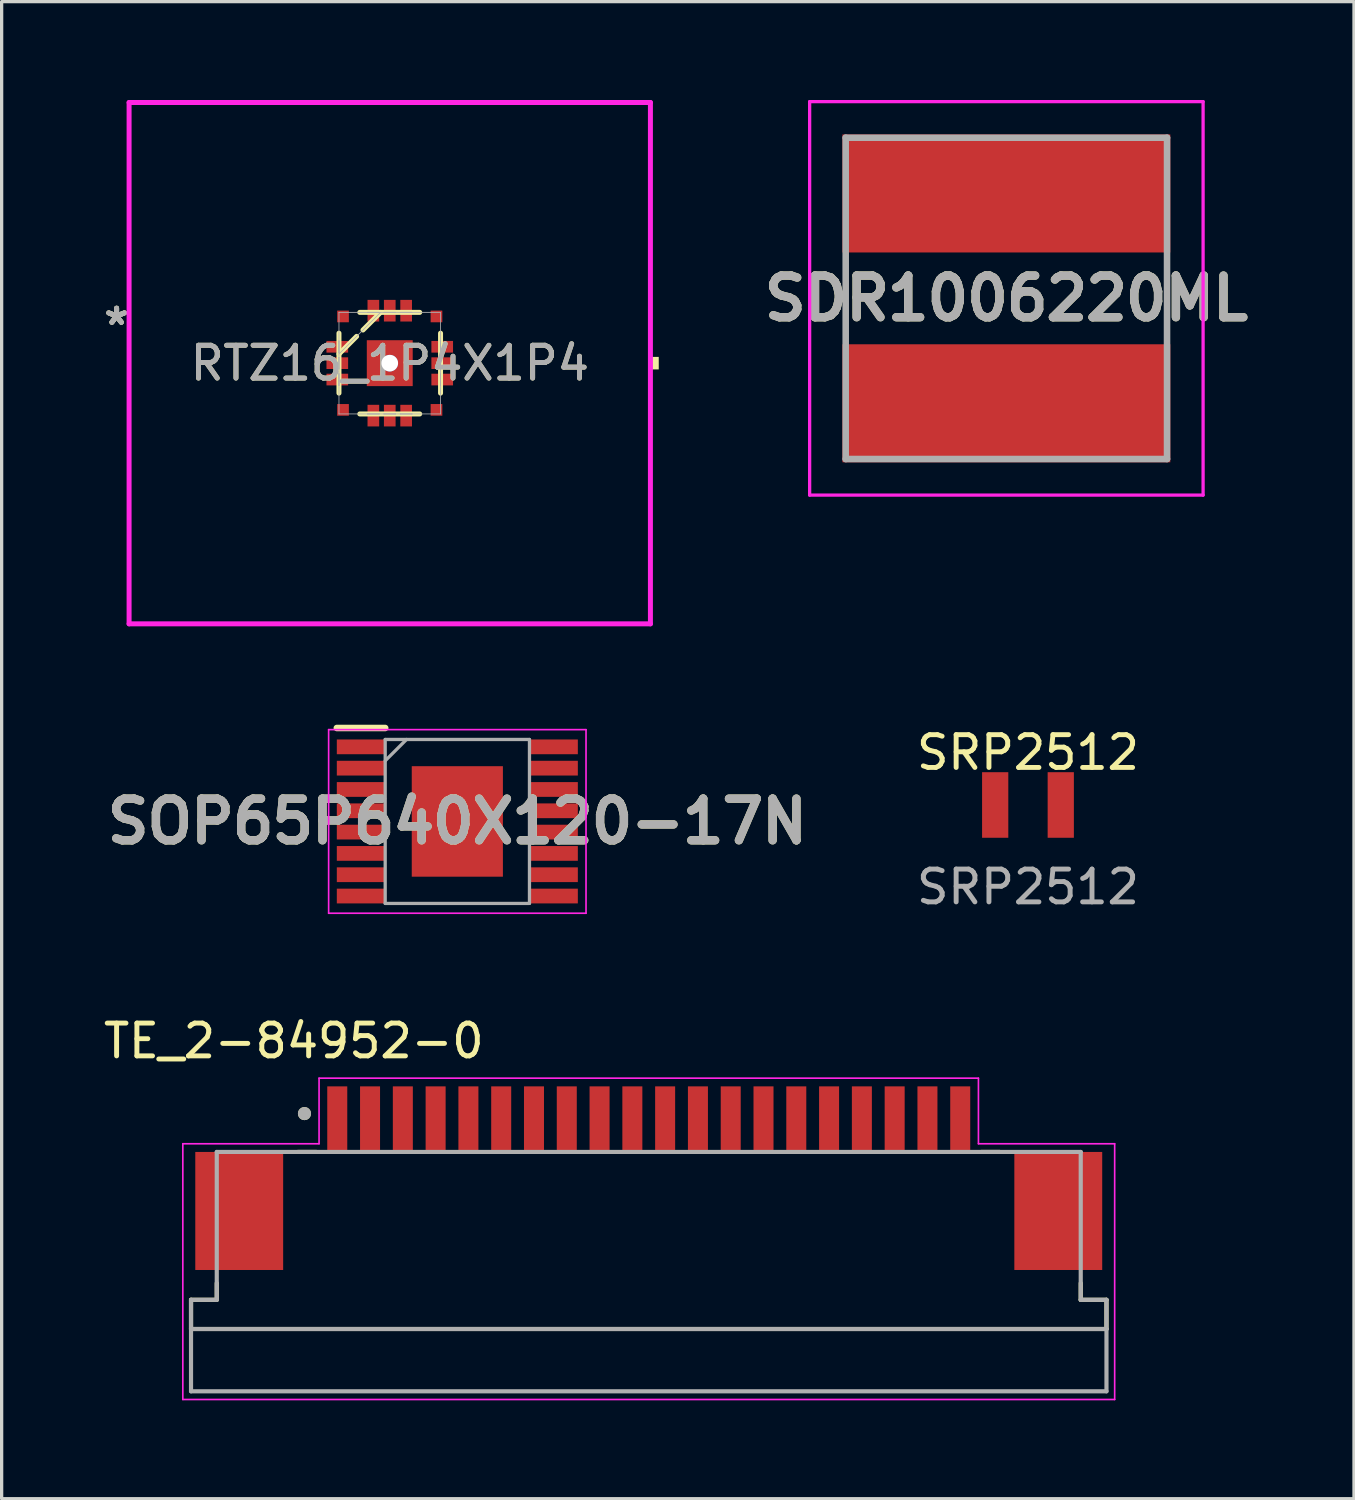
<source format=kicad_pcb>
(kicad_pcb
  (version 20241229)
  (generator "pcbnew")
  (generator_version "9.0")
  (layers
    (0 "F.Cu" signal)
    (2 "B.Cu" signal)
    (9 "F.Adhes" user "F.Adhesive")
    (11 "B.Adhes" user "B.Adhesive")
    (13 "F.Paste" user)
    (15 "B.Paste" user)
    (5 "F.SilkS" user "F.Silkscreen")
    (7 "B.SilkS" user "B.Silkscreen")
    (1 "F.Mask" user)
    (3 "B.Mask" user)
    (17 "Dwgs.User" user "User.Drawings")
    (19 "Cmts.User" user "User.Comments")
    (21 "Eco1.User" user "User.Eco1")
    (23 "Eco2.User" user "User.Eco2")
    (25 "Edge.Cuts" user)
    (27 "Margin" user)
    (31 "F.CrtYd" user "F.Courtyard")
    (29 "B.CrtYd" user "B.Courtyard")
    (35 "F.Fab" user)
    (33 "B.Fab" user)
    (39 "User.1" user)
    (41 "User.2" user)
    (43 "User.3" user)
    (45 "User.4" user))
  (footprint "RTZ16_1P4X1P4"
    (layer "F.Cu")
    (at 8.837 8.026)
    (property "Reference" "RTZ16_1P4X1P4" (at 0 0 0) (unlocked yes) (layer "F.SilkS") (effects (font (size 1 1) (thickness 0.15))))
    (attr smd)
    (fp_poly (pts (xy -0.763 -0.763) (xy -0.2 -0.763) (xy -0.2 0.763) (xy -0.763 0.763)) (stroke (width 0) (type solid)) (fill yes) (layer "F.Mask"))
    (fp_poly (pts (xy -0.763 -0.763) (xy 0.763 -0.763) (xy 0.763 -0.2) (xy -0.763 -0.2)) (stroke (width 0) (type solid)) (fill yes) (layer "F.Mask"))
    (fp_poly (pts (xy -0.763 0.2) (xy 0.763 0.2) (xy 0.763 0.763) (xy -0.763 0.763)) (stroke (width 0) (type solid)) (fill yes) (layer "F.Mask"))
    (fp_poly (pts (xy 0.2 -0.763) (xy 0.763 -0.763) (xy 0.763 0.763) (xy 0.2 0.763)) (stroke (width 0) (type solid)) (fill yes) (layer "F.Mask"))
    (fp_line (start -1.549 -0.914) (end -1.549 0.914) (stroke (width 0.152) (type solid)) (layer "F.SilkS"))
    (fp_line (start -1.549 -0.279) (end -1.011 -0.817) (stroke (width 0.152) (type solid)) (layer "F.SilkS"))
    (fp_line (start -0.914 1.549) (end 0.914 1.549) (stroke (width 0.152) (type solid)) (layer "F.SilkS"))
    (fp_line (start -0.817 -1.011) (end -0.279 -1.549) (stroke (width 0.152) (type solid)) (layer "F.SilkS"))
    (fp_line (start 0.914 -1.549) (end -0.914 -1.549) (stroke (width 0.152) (type solid)) (layer "F.SilkS"))
    (fp_line (start 1.549 0.914) (end 1.549 -0.914) (stroke (width 0.152) (type solid)) (layer "F.SilkS"))
    (fp_poly (pts (xy 8.204 -0.191) (xy 8.204 0.191) (xy 7.95 0.191) (xy 7.95 -0.191)) (stroke (width 0) (type solid)) (fill yes) (layer "F.SilkS"))
    (fp_poly (pts (xy -0.625 -0.625) (xy -0.625 -0.1) (xy -0.241 -0.1) (xy -0.1 -0.241) (xy -0.1 -0.625)) (stroke (width 0) (type solid)) (fill yes) (layer "F.Paste"))
    (fp_poly (pts (xy -0.625 0.1) (xy -0.625 0.625) (xy -0.1 0.625) (xy -0.1 0.241) (xy -0.241 0.1)) (stroke (width 0) (type solid)) (fill yes) (layer "F.Paste"))
    (fp_poly (pts (xy 0.1 -0.625) (xy 0.1 -0.241) (xy 0.241 -0.1) (xy 0.625 -0.1) (xy 0.625 -0.625)) (stroke (width 0) (type solid)) (fill yes) (layer "F.Paste"))
    (fp_poly (pts (xy 0.241 0.1) (xy 0.1 0.241) (xy 0.1 0.625) (xy 0.625 0.625) (xy 0.625 0.1)) (stroke (width 0) (type solid)) (fill yes) (layer "F.Paste"))
    (fp_line (start -7.95 -7.95) (end 7.95 -7.95) (stroke (width 0.152) (type solid)) (layer "F.CrtYd"))
    (fp_line (start -7.95 7.95) (end -7.95 -7.95) (stroke (width 0.152) (type solid)) (layer "F.CrtYd"))
    (fp_line (start 7.95 -7.95) (end 7.95 7.95) (stroke (width 0.152) (type solid)) (layer "F.CrtYd"))
    (fp_line (start 7.95 7.95) (end -7.95 7.95) (stroke (width 0.152) (type solid)) (layer "F.CrtYd"))
    (fp_line (start -1.549 -1.549) (end -1.549 1.549) (stroke (width 0.025) (type solid)) (layer "F.Fab"))
    (fp_line (start -1.549 -0.678) (end -1.549 -0.678) (stroke (width 0.025) (type solid)) (layer "F.Fab"))
    (fp_line (start -1.549 -0.678) (end -1.549 -0.322) (stroke (width 0.025) (type solid)) (layer "F.Fab"))
    (fp_line (start -1.549 -0.322) (end -1.549 -0.678) (stroke (width 0.025) (type solid)) (layer "F.Fab"))
    (fp_line (start -1.549 -0.322) (end -1.549 -0.322) (stroke (width 0.025) (type solid)) (layer "F.Fab"))
    (fp_line (start -1.549 -0.279) (end -0.279 -1.549) (stroke (width 0.025) (type solid)) (layer "F.Fab"))
    (fp_line (start -1.549 -0.178) (end -1.549 -0.178) (stroke (width 0.025) (type solid)) (layer "F.Fab"))
    (fp_line (start -1.549 -0.178) (end -1.549 0.178) (stroke (width 0.025) (type solid)) (layer "F.Fab"))
    (fp_line (start -1.549 0.178) (end -1.549 -0.178) (stroke (width 0.025) (type solid)) (layer "F.Fab"))
    (fp_line (start -1.549 0.178) (end -1.549 0.178) (stroke (width 0.025) (type solid)) (layer "F.Fab"))
    (fp_line (start -1.549 0.322) (end -1.549 0.322) (stroke (width 0.025) (type solid)) (layer "F.Fab"))
    (fp_line (start -1.549 0.322) (end -1.549 0.678) (stroke (width 0.025) (type solid)) (layer "F.Fab"))
    (fp_line (start -1.549 0.678) (end -1.549 0.322) (stroke (width 0.025) (type solid)) (layer "F.Fab"))
    (fp_line (start -1.549 0.678) (end -1.549 0.678) (stroke (width 0.025) (type solid)) (layer "F.Fab"))
    (fp_line (start -1.549 1.549) (end 1.549 1.549) (stroke (width 0.025) (type solid)) (layer "F.Fab"))
    (fp_line (start -0.678 -1.549) (end -0.678 -1.549) (stroke (width 0.025) (type solid)) (layer "F.Fab"))
    (fp_line (start -0.678 -1.549) (end -0.322 -1.549) (stroke (width 0.025) (type solid)) (layer "F.Fab"))
    (fp_line (start -0.678 1.549) (end -0.678 1.549) (stroke (width 0.025) (type solid)) (layer "F.Fab"))
    (fp_line (start -0.678 1.549) (end -0.322 1.549) (stroke (width 0.025) (type solid)) (layer "F.Fab"))
    (fp_line (start -0.322 -1.549) (end -0.678 -1.549) (stroke (width 0.025) (type solid)) (layer "F.Fab"))
    (fp_line (start -0.322 -1.549) (end -0.322 -1.549) (stroke (width 0.025) (type solid)) (layer "F.Fab"))
    (fp_line (start -0.322 1.549) (end -0.678 1.549) (stroke (width 0.025) (type solid)) (layer "F.Fab"))
    (fp_line (start -0.322 1.549) (end -0.322 1.549) (stroke (width 0.025) (type solid)) (layer "F.Fab"))
    (fp_line (start -0.178 -1.549) (end -0.178 -1.549) (stroke (width 0.025) (type solid)) (layer "F.Fab"))
    (fp_line (start -0.178 -1.549) (end 0.178 -1.549) (stroke (width 0.025) (type solid)) (layer "F.Fab"))
    (fp_line (start -0.178 1.549) (end -0.178 1.549) (stroke (width 0.025) (type solid)) (layer "F.Fab"))
    (fp_line (start -0.178 1.549) (end 0.178 1.549) (stroke (width 0.025) (type solid)) (layer "F.Fab"))
    (fp_line (start 0.178 -1.549) (end -0.178 -1.549) (stroke (width 0.025) (type solid)) (layer "F.Fab"))
    (fp_line (start 0.178 -1.549) (end 0.178 -1.549) (stroke (width 0.025) (type solid)) (layer "F.Fab"))
    (fp_line (start 0.178 1.549) (end -0.178 1.549) (stroke (width 0.025) (type solid)) (layer "F.Fab"))
    (fp_line (start 0.178 1.549) (end 0.178 1.549) (stroke (width 0.025) (type solid)) (layer "F.Fab"))
    (fp_line (start 0.322 -1.549) (end 0.322 -1.549) (stroke (width 0.025) (type solid)) (layer "F.Fab"))
    (fp_line (start 0.322 -1.549) (end 0.678 -1.549) (stroke (width 0.025) (type solid)) (layer "F.Fab"))
    (fp_line (start 0.322 1.549) (end 0.322 1.549) (stroke (width 0.025) (type solid)) (layer "F.Fab"))
    (fp_line (start 0.322 1.549) (end 0.678 1.549) (stroke (width 0.025) (type solid)) (layer "F.Fab"))
    (fp_line (start 0.678 -1.549) (end 0.322 -1.549) (stroke (width 0.025) (type solid)) (layer "F.Fab"))
    (fp_line (start 0.678 -1.549) (end 0.678 -1.549) (stroke (width 0.025) (type solid)) (layer "F.Fab"))
    (fp_line (start 0.678 1.549) (end 0.322 1.549) (stroke (width 0.025) (type solid)) (layer "F.Fab"))
    (fp_line (start 0.678 1.549) (end 0.678 1.549) (stroke (width 0.025) (type solid)) (layer "F.Fab"))
    (fp_line (start 1.549 -1.549) (end -1.549 -1.549) (stroke (width 0.025) (type solid)) (layer "F.Fab"))
    (fp_line (start 1.549 -0.678) (end 1.549 -0.678) (stroke (width 0.025) (type solid)) (layer "F.Fab"))
    (fp_line (start 1.549 -0.678) (end 1.549 -0.322) (stroke (width 0.025) (type solid)) (layer "F.Fab"))
    (fp_line (start 1.549 -0.322) (end 1.549 -0.678) (stroke (width 0.025) (type solid)) (layer "F.Fab"))
    (fp_line (start 1.549 -0.322) (end 1.549 -0.322) (stroke (width 0.025) (type solid)) (layer "F.Fab"))
    (fp_line (start 1.549 -0.178) (end 1.549 -0.178) (stroke (width 0.025) (type solid)) (layer "F.Fab"))
    (fp_line (start 1.549 -0.178) (end 1.549 0.178) (stroke (width 0.025) (type solid)) (layer "F.Fab"))
    (fp_line (start 1.549 0.178) (end 1.549 -0.178) (stroke (width 0.025) (type solid)) (layer "F.Fab"))
    (fp_line (start 1.549 0.178) (end 1.549 0.178) (stroke (width 0.025) (type solid)) (layer "F.Fab"))
    (fp_line (start 1.549 0.322) (end 1.549 0.322) (stroke (width 0.025) (type solid)) (layer "F.Fab"))
    (fp_line (start 1.549 0.322) (end 1.549 0.678) (stroke (width 0.025) (type solid)) (layer "F.Fab"))
    (fp_line (start 1.549 0.678) (end 1.549 0.322) (stroke (width 0.025) (type solid)) (layer "F.Fab"))
    (fp_line (start 1.549 0.678) (end 1.549 0.678) (stroke (width 0.025) (type solid)) (layer "F.Fab"))
    (fp_line (start 1.549 1.549) (end 1.549 -1.549) (stroke (width 0.025) (type solid)) (layer "F.Fab"))
    (fp_text user "*" (at -8.331 -1.131 0) (unlocked yes) (layer "F.SilkS") (effects (font (size 1 1) (thickness 0.15))))
    (fp_text user "*" (at -8.331 -1.131 0) (layer "F.SilkS") (effects (font (size 1 1) (thickness 0.15))))
    (fp_text user "*" (at -8.331 -1.131 0) (layer "F.Fab") (effects (font (size 1 1) (thickness 0.15))))
    (fp_text user "*" (at -8.331 -1.131 0) (unlocked yes) (layer "F.Fab") (effects (font (size 1 1) (thickness 0.15))))
    (fp_text user "${REFERENCE}" (at 0 0 0) (unlocked yes) (layer "F.Fab") (effects (font (size 1 1) (thickness 0.15))))
    (pad "1" smd rect (at -1.425 -1.425) (size 0.356 0.356) (layers "F.Cu" "F.Mask" "F.Paste"))
    (pad "2" smd rect (at -1.6 -0.5 90) (size 0.356 0.66) (layers "F.Cu" "F.Mask" "F.Paste"))
    (pad "3" smd rect (at -1.6 0 90) (size 0.356 0.66) (layers "F.Cu" "F.Mask" "F.Paste"))
    (pad "4" smd rect (at -1.6 0.5 90) (size 0.356 0.66) (layers "F.Cu" "F.Mask" "F.Paste"))
    (pad "5" smd rect (at -1.425 1.425) (size 0.356 0.356) (layers "F.Cu" "F.Mask" "F.Paste"))
    (pad "6" smd rect (at -0.5 1.6) (size 0.356 0.66) (layers "F.Cu" "F.Mask" "F.Paste"))
    (pad "7" smd rect (at -0.000001 1.6) (size 0.356 0.66) (layers "F.Cu" "F.Mask" "F.Paste"))
    (pad "8" smd rect (at 0.5 1.6) (size 0.356 0.66) (layers "F.Cu" "F.Mask" "F.Paste"))
    (pad "9" smd rect (at 1.425 1.425) (size 0.356 0.356) (layers "F.Cu" "F.Mask" "F.Paste"))
    (pad "10" smd rect (at 1.6 0.5 90) (size 0.356 0.66) (layers "F.Cu" "F.Mask" "F.Paste"))
    (pad "11" smd rect (at 1.6 -0.000001 90) (size 0.356 0.66) (layers "F.Cu" "F.Mask" "F.Paste"))
    (pad "12" smd rect (at 1.6 -0.5 90) (size 0.356 0.66) (layers "F.Cu" "F.Mask" "F.Paste"))
    (pad "13" smd rect (at 1.425 -1.425) (size 0.356 0.356) (layers "F.Cu" "F.Mask" "F.Paste"))
    (pad "14" smd rect (at 0.5 -1.6) (size 0.356 0.66) (layers "F.Cu" "F.Mask" "F.Paste"))
    (pad "15" smd rect (at 0 -1.6) (size 0.356 0.66) (layers "F.Cu" "F.Mask" "F.Paste"))
    (pad "16" smd rect (at -0.5 -1.6) (size 0.356 0.66) (layers "F.Cu" "F.Mask" "F.Paste"))
    (pad "17" smd rect (at 0 0) (size 1.4 1.4) (layers "F.Cu"))
    (pad "V" thru_hole circle (at 0 0) (size 0.508 0.508) (drill 0.508) (layers "*.Cu" "*.Mask")))
  (footprint "SDR1006220ML"
    (layer "F.Cu")
    (at 27.643 6.05)
    (property "Reference" "SDR1006220ML" (at 0 0 0) (layer "F.SilkS") (effects (font (size 1.27 1.27) (thickness 0.254))))
    (attr smd)
    (fp_line (start -4.9 -1) (end -4.9 1) (stroke (width 0.1) (type solid)) (layer "F.SilkS"))
    (fp_line (start 4.9 -1) (end 4.9 1) (stroke (width 0.1) (type solid)) (layer "F.SilkS"))
    (fp_line (start -6 -6) (end 6 -6) (stroke (width 0.1) (type solid)) (layer "F.CrtYd"))
    (fp_line (start -6 6) (end -6 -6) (stroke (width 0.1) (type solid)) (layer "F.CrtYd"))
    (fp_line (start 6 -6) (end 6 6) (stroke (width 0.1) (type solid)) (layer "F.CrtYd"))
    (fp_line (start 6 6) (end -6 6) (stroke (width 0.1) (type solid)) (layer "F.CrtYd"))
    (fp_line (start -4.9 -4.9) (end 4.9 -4.9) (stroke (width 0.2) (type solid)) (layer "F.Fab"))
    (fp_line (start -4.9 4.9) (end -4.9 -4.9) (stroke (width 0.2) (type solid)) (layer "F.Fab"))
    (fp_line (start 4.9 -4.9) (end 4.9 4.9) (stroke (width 0.2) (type solid)) (layer "F.Fab"))
    (fp_line (start 4.9 4.9) (end -4.9 4.9) (stroke (width 0.2) (type solid)) (layer "F.Fab"))
    (fp_text user "${REFERENCE}" (at 0 0 0) (layer "F.Fab") (effects (font (size 1.27 1.27) (thickness 0.254))))
    (pad "1" smd rect (at 0 3.2 90) (size 3.6 10) (layers "F.Cu" "F.Mask" "F.Paste"))
    (pad "2" smd rect (at 0 -3.2 90) (size 3.6 10) (layers "F.Cu" "F.Mask" "F.Paste")))
  (footprint "SOP65P640X120-17N"
    (layer "F.Cu")
    (at 10.898 22.003)
    (property "Reference" "SOP65P640X120-17N" (at 0 0 0) (layer "F.SilkS") (effects (font (size 1.27 1.27) (thickness 0.254))))
    (attr smd)
    (fp_line (start -3.675 -2.85) (end -2.2 -2.85) (stroke (width 0.2) (type solid)) (layer "F.SilkS"))
    (fp_line (start -3.925 -2.8) (end 3.925 -2.8) (stroke (width 0.05) (type solid)) (layer "F.CrtYd"))
    (fp_line (start -3.925 2.8) (end -3.925 -2.8) (stroke (width 0.05) (type solid)) (layer "F.CrtYd"))
    (fp_line (start 3.925 -2.8) (end 3.925 2.8) (stroke (width 0.05) (type solid)) (layer "F.CrtYd"))
    (fp_line (start 3.925 2.8) (end -3.925 2.8) (stroke (width 0.05) (type solid)) (layer "F.CrtYd"))
    (fp_line (start -2.2 -2.5) (end 2.2 -2.5) (stroke (width 0.1) (type solid)) (layer "F.Fab"))
    (fp_line (start -2.2 -1.85) (end -1.55 -2.5) (stroke (width 0.1) (type solid)) (layer "F.Fab"))
    (fp_line (start -2.2 2.5) (end -2.2 -2.5) (stroke (width 0.1) (type solid)) (layer "F.Fab"))
    (fp_line (start 2.2 -2.5) (end 2.2 2.5) (stroke (width 0.1) (type solid)) (layer "F.Fab"))
    (fp_line (start 2.2 2.5) (end -2.2 2.5) (stroke (width 0.1) (type solid)) (layer "F.Fab"))
    (fp_text user "${REFERENCE}" (at 0 0 0) (layer "F.Fab") (effects (font (size 1.27 1.27) (thickness 0.254))))
    (pad "1" smd rect (at -2.938 -2.275 90) (size 0.45 1.475) (layers "F.Cu" "F.Mask" "F.Paste"))
    (pad "2" smd rect (at -2.938 -1.625 90) (size 0.45 1.475) (layers "F.Cu" "F.Mask" "F.Paste"))
    (pad "3" smd rect (at -2.938 -0.975 90) (size 0.45 1.475) (layers "F.Cu" "F.Mask" "F.Paste"))
    (pad "4" smd rect (at -2.938 -0.325 90) (size 0.45 1.475) (layers "F.Cu" "F.Mask" "F.Paste"))
    (pad "5" smd rect (at -2.938 0.325 90) (size 0.45 1.475) (layers "F.Cu" "F.Mask" "F.Paste"))
    (pad "6" smd rect (at -2.938 0.975 90) (size 0.45 1.475) (layers "F.Cu" "F.Mask" "F.Paste"))
    (pad "7" smd rect (at -2.938 1.625 90) (size 0.45 1.475) (layers "F.Cu" "F.Mask" "F.Paste"))
    (pad "8" smd rect (at -2.938 2.275 90) (size 0.45 1.475) (layers "F.Cu" "F.Mask" "F.Paste"))
    (pad "9" smd rect (at 2.938 2.275 90) (size 0.45 1.475) (layers "F.Cu" "F.Mask" "F.Paste"))
    (pad "10" smd rect (at 2.938 1.625 90) (size 0.45 1.475) (layers "F.Cu" "F.Mask" "F.Paste"))
    (pad "11" smd rect (at 2.938 0.975 90) (size 0.45 1.475) (layers "F.Cu" "F.Mask" "F.Paste"))
    (pad "12" smd rect (at 2.938 0.325 90) (size 0.45 1.475) (layers "F.Cu" "F.Mask" "F.Paste"))
    (pad "13" smd rect (at 2.938 -0.325 90) (size 0.45 1.475) (layers "F.Cu" "F.Mask" "F.Paste"))
    (pad "14" smd rect (at 2.938 -0.975 90) (size 0.45 1.475) (layers "F.Cu" "F.Mask" "F.Paste"))
    (pad "15" smd rect (at 2.938 -1.625 90) (size 0.45 1.475) (layers "F.Cu" "F.Mask" "F.Paste"))
    (pad "16" smd rect (at 2.938 -2.275 90) (size 0.45 1.475) (layers "F.Cu" "F.Mask" "F.Paste"))
    (pad "17" smd rect (at 0 0) (size 2.78 3.37) (layers "F.Cu" "F.Mask" "F.Paste")))
  (footprint "TE_2-84952-0"
    (layer "F.Cu")
    (at 16.736 31.083)
    (property "Reference" "TE_2-84952-0" (at -10.825 -2.385 0) (layer "F.SilkS") (effects (font (size 1 1) (thickness 0.15))))
    (attr smd)
    (fp_line (start -13.96 6.4) (end -13.96 5.51) (stroke (width 0.127) (type solid)) (layer "F.SilkS"))
    (fp_line (start -13.175 5) (end -13.175 5.51) (stroke (width 0.127) (type solid)) (layer "F.SilkS"))
    (fp_line (start -13.175 5.51) (end -13.96 5.51) (stroke (width 0.127) (type solid)) (layer "F.SilkS"))
    (fp_line (start -10.7 1) (end -10.14 1) (stroke (width 0.127) (type solid)) (layer "F.SilkS"))
    (fp_line (start 10.14 1) (end 10.7 1) (stroke (width 0.127) (type solid)) (layer "F.SilkS"))
    (fp_line (start 13.175 5) (end 13.175 5.51) (stroke (width 0.127) (type solid)) (layer "F.SilkS"))
    (fp_line (start 13.96 5.51) (end 13.175 5.51) (stroke (width 0.127) (type solid)) (layer "F.SilkS"))
    (fp_line (start 13.96 5.51) (end 13.96 6.4) (stroke (width 0.127) (type solid)) (layer "F.SilkS"))
    (fp_line (start 13.96 6.4) (end -13.96 6.4) (stroke (width 0.127) (type solid)) (layer "F.SilkS"))
    (fp_circle (center -10.5 -0.17) (end -10.4 -0.17) (stroke (width 0.2) (type solid)) (fill no) (layer "F.SilkS"))
    (fp_line (start -14.21 0.75) (end -10.055 0.75) (stroke (width 0.05) (type solid)) (layer "F.CrtYd"))
    (fp_line (start -14.21 8.55) (end -14.21 0.75) (stroke (width 0.05) (type solid)) (layer "F.CrtYd"))
    (fp_line (start -10.055 -1.25) (end 10.055 -1.25) (stroke (width 0.05) (type solid)) (layer "F.CrtYd"))
    (fp_line (start -10.055 0.75) (end -10.055 -1.25) (stroke (width 0.05) (type solid)) (layer "F.CrtYd"))
    (fp_line (start 10.055 -1.25) (end 10.055 0.75) (stroke (width 0.05) (type solid)) (layer "F.CrtYd"))
    (fp_line (start 10.055 0.75) (end 14.21 0.75) (stroke (width 0.05) (type solid)) (layer "F.CrtYd"))
    (fp_line (start 14.21 0.75) (end 14.21 8.55) (stroke (width 0.05) (type solid)) (layer "F.CrtYd"))
    (fp_line (start 14.21 8.55) (end -14.21 8.55) (stroke (width 0.05) (type solid)) (layer "F.CrtYd"))
    (fp_line (start -13.96 5.51) (end -13.96 6.4) (stroke (width 0.127) (type solid)) (layer "F.Fab"))
    (fp_line (start -13.96 8.3) (end -13.96 6.4) (stroke (width 0.127) (type solid)) (layer "F.Fab"))
    (fp_line (start -13.175 1) (end -13.175 5.51) (stroke (width 0.127) (type solid)) (layer "F.Fab"))
    (fp_line (start -13.175 1) (end 13.175 1) (stroke (width 0.127) (type solid)) (layer "F.Fab"))
    (fp_line (start -13.175 5.51) (end -13.96 5.51) (stroke (width 0.127) (type solid)) (layer "F.Fab"))
    (fp_line (start 13.175 1) (end 13.175 5.51) (stroke (width 0.127) (type solid)) (layer "F.Fab"))
    (fp_line (start 13.96 5.51) (end 13.175 5.51) (stroke (width 0.127) (type solid)) (layer "F.Fab"))
    (fp_line (start 13.96 5.51) (end 13.96 6.4) (stroke (width 0.127) (type solid)) (layer "F.Fab"))
    (fp_line (start 13.96 6.4) (end -13.96 6.4) (stroke (width 0.127) (type solid)) (layer "F.Fab"))
    (fp_line (start 13.96 6.4) (end 13.96 8.3) (stroke (width 0.127) (type solid)) (layer "F.Fab"))
    (fp_line (start 13.96 8.3) (end -13.96 8.3) (stroke (width 0.127) (type solid)) (layer "F.Fab"))
    (fp_circle (center -10.5 -0.17) (end -10.4 -0.17) (stroke (width 0.2) (type solid)) (fill no) (layer "F.Fab"))
    (pad "1" smd rect (at -9.5 0) (size 0.61 2) (layers "F.Cu" "F.Mask" "F.Paste"))
    (pad "2" smd rect (at -8.5 0) (size 0.61 2) (layers "F.Cu" "F.Mask" "F.Paste"))
    (pad "3" smd rect (at -7.5 0) (size 0.61 2) (layers "F.Cu" "F.Mask" "F.Paste"))
    (pad "4" smd rect (at -6.5 0) (size 0.61 2) (layers "F.Cu" "F.Mask" "F.Paste"))
    (pad "5" smd rect (at -5.5 0) (size 0.61 2) (layers "F.Cu" "F.Mask" "F.Paste"))
    (pad "6" smd rect (at -4.5 0) (size 0.61 2) (layers "F.Cu" "F.Mask" "F.Paste"))
    (pad "7" smd rect (at -3.5 0) (size 0.61 2) (layers "F.Cu" "F.Mask" "F.Paste"))
    (pad "8" smd rect (at -2.5 0) (size 0.61 2) (layers "F.Cu" "F.Mask" "F.Paste"))
    (pad "9" smd rect (at -1.5 0) (size 0.61 2) (layers "F.Cu" "F.Mask" "F.Paste"))
    (pad "10" smd rect (at -0.5 0) (size 0.61 2) (layers "F.Cu" "F.Mask" "F.Paste"))
    (pad "11" smd rect (at 0.5 0) (size 0.61 2) (layers "F.Cu" "F.Mask" "F.Paste"))
    (pad "12" smd rect (at 1.5 0) (size 0.61 2) (layers "F.Cu" "F.Mask" "F.Paste"))
    (pad "13" smd rect (at 2.5 0) (size 0.61 2) (layers "F.Cu" "F.Mask" "F.Paste"))
    (pad "14" smd rect (at 3.5 0) (size 0.61 2) (layers "F.Cu" "F.Mask" "F.Paste"))
    (pad "15" smd rect (at 4.5 0) (size 0.61 2) (layers "F.Cu" "F.Mask" "F.Paste"))
    (pad "16" smd rect (at 5.5 0) (size 0.61 2) (layers "F.Cu" "F.Mask" "F.Paste"))
    (pad "17" smd rect (at 6.5 0) (size 0.61 2) (layers "F.Cu" "F.Mask" "F.Paste"))
    (pad "18" smd rect (at 7.5 0) (size 0.61 2) (layers "F.Cu" "F.Mask" "F.Paste"))
    (pad "19" smd rect (at 8.5 0) (size 0.61 2) (layers "F.Cu" "F.Mask" "F.Paste"))
    (pad "20" smd rect (at 9.5 0) (size 0.61 2) (layers "F.Cu" "F.Mask" "F.Paste"))
    (pad "S1" smd rect (at -12.49 2.8) (size 2.68 3.6) (layers "F.Cu" "F.Mask" "F.Paste"))
    (pad "S2" smd rect (at 12.49 2.8) (size 2.68 3.6) (layers "F.Cu" "F.Mask" "F.Paste")))
  (footprint "SRP2512"
    (layer "F.Cu")
    (at 28.302 21.501)
    (property "Reference" "SRP2512" (at 0 -1.6 0) (unlocked yes) (layer "F.SilkS") (effects (font (size 1 1) (thickness 0.15))))
    (attr smd)
    (fp_text user "${REFERENCE}" (at 0 2.5 0) (unlocked yes) (layer "F.Fab") (effects (font (size 1 1) (thickness 0.15))))
    (pad "1" smd rect (at -1 0) (size 0.8 2) (layers "F.Cu" "F.Mask" "F.Paste"))
    (pad "2" smd rect (at 1 0) (size 0.8 2) (layers "F.Cu" "F.Mask" "F.Paste")))
  (gr_rect
    (start -3 -3)
    (end 38.245 42.658)
    (stroke (width 0.1) (type default))
    (fill no)
    (layer "Edge.Cuts")))
</source>
